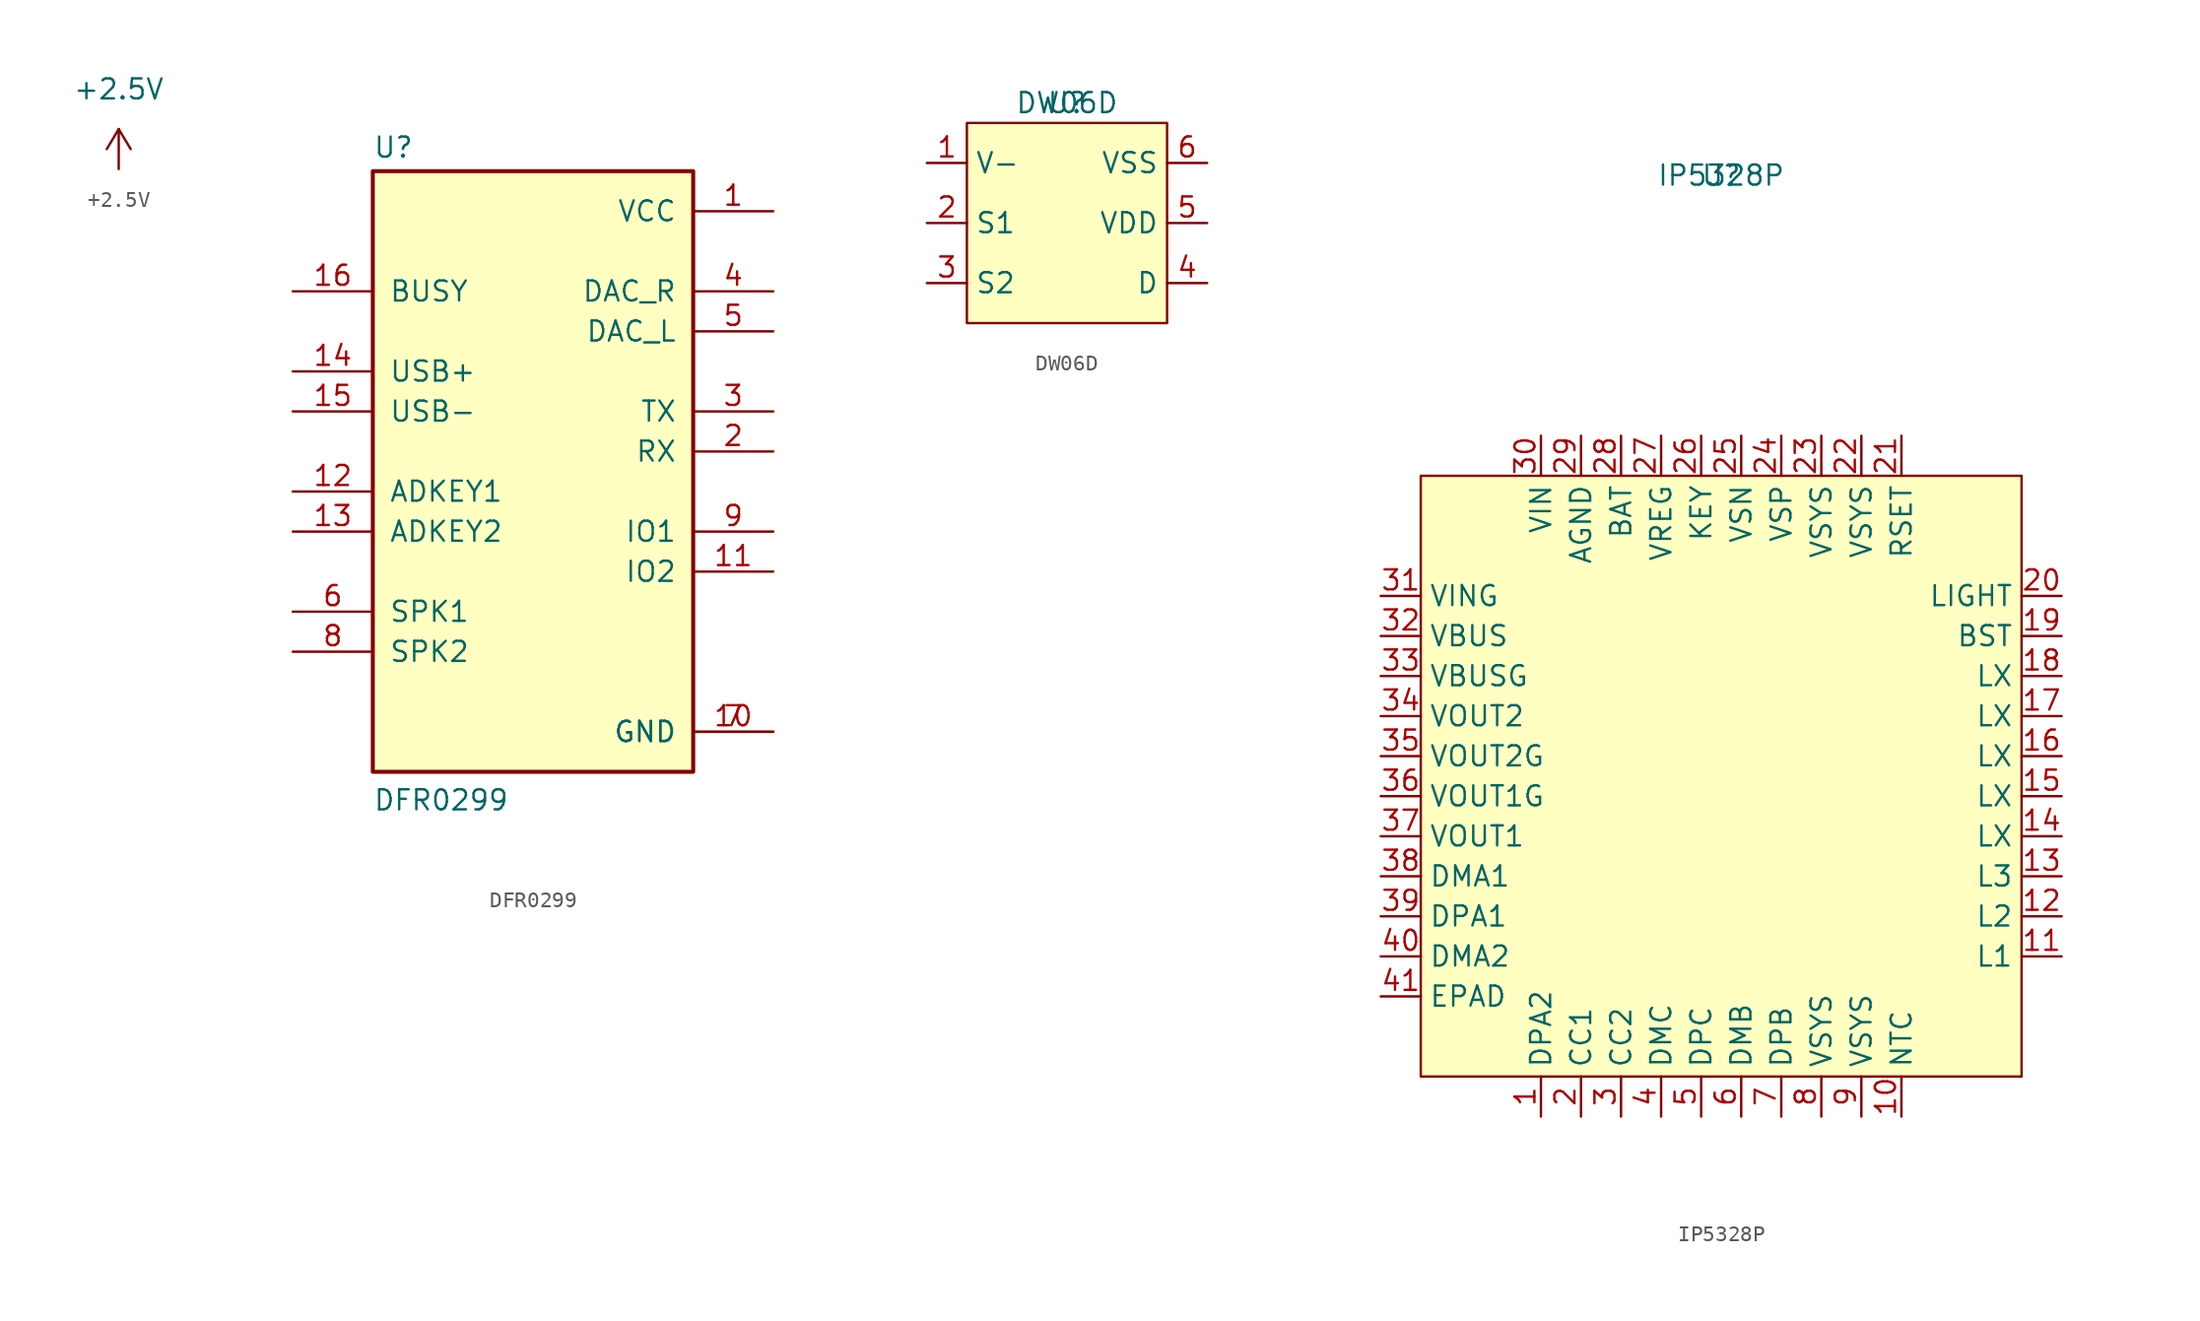
<source format=kicad_sym>
(kicad_symbol_lib
  (version 20211014)
  (generator kicad_symbol_editor)
  (symbol "+2.5V"
    (power)
    (pin_names
      (offset 0))
    (property "Reference" "#PWR?"
      (at 0 -3.81 0)
      (effects (font (size 1.27 1.27)) hide))
    (property "Value" "+2.5V"
      (at 0 5.08 0)
      (effects (font (size 1.27 1.27))))
    (symbol "+2.5V_0_1"
      (polyline (pts (xy -0.762 1.27) (xy 0 2.54)) (stroke (width 0) (type default) (color 0 0 0 0)) (fill (type none)))
      (polyline (pts (xy 0 0) (xy 0 2.54)) (stroke (width 0) (type default) (color 0 0 0 0)) (fill (type none)))
      (polyline (pts (xy 0 2.54) (xy 0.762 1.27)) (stroke (width 0) (type default) (color 0 0 0 0)) (fill (type none))))
    (symbol "+2.5V_1_1"
      (pin power_in line (at 0 0 90) (length 0) hide (name "+2V5" (effects (font (size 1.27 1.27)))) (number "1" (effects (font (size 1.27 1.27)))))))
  (symbol "DFR0299"
    (pin_names
      (offset 1.016))
    (property "Reference" "U"
      (at -10.16 18.542 0)
      (effects (font (size 1.27 1.27)) (justify left bottom)))
    (property "Value" "DFR0299"
      (at -10.16 -22.86 0)
      (effects (font (size 1.27 1.27)) (justify left bottom)))
    (property "ki_locked" ""
      (at 0 0 0)
      (effects (font (size 1.27 1.27))))
    (symbol "DFR0299_0_0"
      (rectangle (start -10.16 -20.32) (end 10.16 17.78) (stroke (width 0.254) (type default) (color 0 0 0 0)) (fill (type background)))
      (pin power_in line (at 15.24 15.24 180) (length 5.08) (name "VCC" (effects (font (size 1.27 1.27)))) (number "1" (effects (font (size 1.27 1.27)))))
      (pin power_in line (at 15.24 -17.78 180) (length 5.08) (name "GND" (effects (font (size 1.27 1.27)))) (number "10" (effects (font (size 1.27 1.27)))))
      (pin bidirectional line (at 15.24 -7.62 180) (length 5.08) (name "IO2" (effects (font (size 1.27 1.27)))) (number "11" (effects (font (size 1.27 1.27)))))
      (pin input line (at -15.24 -2.54 0) (length 5.08) (name "ADKEY1" (effects (font (size 1.27 1.27)))) (number "12" (effects (font (size 1.27 1.27)))))
      (pin input line (at -15.24 -5.08 0) (length 5.08) (name "ADKEY2" (effects (font (size 1.27 1.27)))) (number "13" (effects (font (size 1.27 1.27)))))
      (pin input line (at -15.24 5.08 0) (length 5.08) (name "USB+" (effects (font (size 1.27 1.27)))) (number "14" (effects (font (size 1.27 1.27)))))
      (pin input line (at -15.24 2.54 0) (length 5.08) (name "USB-" (effects (font (size 1.27 1.27)))) (number "15" (effects (font (size 1.27 1.27)))))
      (pin input line (at -15.24 10.16 0) (length 5.08) (name "BUSY" (effects (font (size 1.27 1.27)))) (number "16" (effects (font (size 1.27 1.27)))))
      (pin input line (at 15.24 0 180) (length 5.08) (name "RX" (effects (font (size 1.27 1.27)))) (number "2" (effects (font (size 1.27 1.27)))))
      (pin output line (at 15.24 2.54 180) (length 5.08) (name "TX" (effects (font (size 1.27 1.27)))) (number "3" (effects (font (size 1.27 1.27)))))
      (pin output line (at 15.24 10.16 180) (length 5.08) (name "DAC_R" (effects (font (size 1.27 1.27)))) (number "4" (effects (font (size 1.27 1.27)))))
      (pin output line (at 15.24 7.62 180) (length 5.08) (name "DAC_L" (effects (font (size 1.27 1.27)))) (number "5" (effects (font (size 1.27 1.27)))))
      (pin passive line (at -15.24 -10.16 0) (length 5.08) (name "SPK1" (effects (font (size 1.27 1.27)))) (number "6" (effects (font (size 1.27 1.27)))))
      (pin power_in line (at 15.24 -17.78 180) (length 5.08) (name "GND" (effects (font (size 1.27 1.27)))) (number "7" (effects (font (size 1.27 1.27)))))
      (pin passive line (at -15.24 -12.7 0) (length 5.08) (name "SPK2" (effects (font (size 1.27 1.27)))) (number "8" (effects (font (size 1.27 1.27)))))
      (pin bidirectional line (at 15.24 -5.08 180) (length 5.08) (name "IO1" (effects (font (size 1.27 1.27)))) (number "9" (effects (font (size 1.27 1.27)))))))
  (symbol "DW06D"
    (property "Reference" "U"
      (at 0 7.62 0)
      (effects (font (size 1.27 1.27))))
    (property "Value" "DW06D"
      (at 0 7.62 0)
      (effects (font (size 1.27 1.27))))
    (symbol "DW06D_0_1"
      (rectangle (start -6.35 6.35) (end 6.35 -6.35) (stroke (width 0.152) (type default) (color 0 0 0 0)) (fill (type background))))
    (symbol "DW06D_1_1"
      (pin input line (at -8.89 3.81 0) (length 2.54) (name "V-" (effects (font (size 1.27 1.27)))) (number "1" (effects (font (size 1.27 1.27)))))
      (pin power_in line (at -8.89 0 0) (length 2.54) (name "S1" (effects (font (size 1.27 1.27)))) (number "2" (effects (font (size 1.27 1.27)))))
      (pin power_in line (at -8.89 -3.81 0) (length 2.54) (name "S2" (effects (font (size 1.27 1.27)))) (number "3" (effects (font (size 1.27 1.27)))))
      (pin input line (at 8.89 -3.81 180) (length 2.54) (name "D" (effects (font (size 1.27 1.27)))) (number "4" (effects (font (size 1.27 1.27)))))
      (pin power_in line (at 8.89 0 180) (length 2.54) (name "VDD" (effects (font (size 1.27 1.27)))) (number "5" (effects (font (size 1.27 1.27)))))
      (pin power_in line (at 8.89 3.81 180) (length 2.54) (name "VSS" (effects (font (size 1.27 1.27)))) (number "6" (effects (font (size 1.27 1.27)))))))
  (symbol "IP5328P"
    (property "Reference" "U"
      (at 0 38.1 0)
      (effects (font (size 1.27 1.27))))
    (property "Value" "IP5328P"
      (at 0 38.1 0)
      (effects (font (size 1.27 1.27))))
    (symbol "IP5328P_0_0"
      (pin input line (at 11.43 -21.59 90) (length 2.54) (name "NTC" (effects (font (size 1.27 1.27)))) (number "10" (effects (font (size 1.27 1.27)))))
      (pin input line (at -8.89 -21.59 90) (length 2.54) (name "CC1" (effects (font (size 1.27 1.27)))) (number "2" (effects (font (size 1.27 1.27)))))
      (pin input line (at -6.35 -21.59 90) (length 2.54) (name "CC2" (effects (font (size 1.27 1.27)))) (number "3" (effects (font (size 1.27 1.27)))))
      (pin input line (at -21.59 8.89 0) (length 2.54) (name "VBUS" (effects (font (size 1.27 1.27)))) (number "32" (effects (font (size 1.27 1.27)))))
      (pin input line (at -21.59 6.35 0) (length 2.54) (name "VBUSG" (effects (font (size 1.27 1.27)))) (number "33" (effects (font (size 1.27 1.27)))))
      (pin input line (at -21.59 3.81 0) (length 2.54) (name "VOUT2" (effects (font (size 1.27 1.27)))) (number "34" (effects (font (size 1.27 1.27)))))
      (pin output line (at -21.59 1.27 0) (length 2.54) (name "VOUT2G" (effects (font (size 1.27 1.27)))) (number "35" (effects (font (size 1.27 1.27)))))
      (pin output line (at -21.59 -1.27 0) (length 2.54) (name "VOUT1G" (effects (font (size 1.27 1.27)))) (number "36" (effects (font (size 1.27 1.27)))))
      (pin input line (at -21.59 -3.81 0) (length 2.54) (name "VOUT1" (effects (font (size 1.27 1.27)))) (number "37" (effects (font (size 1.27 1.27)))))
      (pin input line (at -21.59 -6.35 0) (length 2.54) (name "DMA1" (effects (font (size 1.27 1.27)))) (number "38" (effects (font (size 1.27 1.27)))))
      (pin input line (at -21.59 -8.89 0) (length 2.54) (name "DPA1" (effects (font (size 1.27 1.27)))) (number "39" (effects (font (size 1.27 1.27)))))
      (pin input line (at -3.81 -21.59 90) (length 2.54) (name "DMC" (effects (font (size 1.27 1.27)))) (number "4" (effects (font (size 1.27 1.27)))))
      (pin input line (at -21.59 -11.43 0) (length 2.54) (name "DMA2" (effects (font (size 1.27 1.27)))) (number "40" (effects (font (size 1.27 1.27)))))
      (pin input line (at -1.27 -21.59 90) (length 2.54) (name "DPC" (effects (font (size 1.27 1.27)))) (number "5" (effects (font (size 1.27 1.27)))))
      (pin input line (at 1.27 -21.59 90) (length 2.54) (name "DMB" (effects (font (size 1.27 1.27)))) (number "6" (effects (font (size 1.27 1.27)))))
      (pin input line (at 3.81 -21.59 90) (length 2.54) (name "DPB" (effects (font (size 1.27 1.27)))) (number "7" (effects (font (size 1.27 1.27)))))
      (pin input line (at 6.35 -21.59 90) (length 2.54) (name "VSYS" (effects (font (size 1.27 1.27)))) (number "8" (effects (font (size 1.27 1.27)))))
      (pin input line (at 8.89 -21.59 90) (length 2.54) (name "VSYS" (effects (font (size 1.27 1.27)))) (number "9" (effects (font (size 1.27 1.27))))))
    (symbol "IP5328P_0_1"
      (rectangle (start -19.05 19.05) (end 19.05 -19.05) (stroke (width 0.152) (type default) (color 0 0 0 0)) (fill (type background))))
    (symbol "IP5328P_1_1"
      (pin input line (at -11.43 -21.59 90) (length 2.54) (name "DPA2" (effects (font (size 1.27 1.27)))) (number "1" (effects (font (size 1.27 1.27)))))
      (pin input line (at 21.59 -11.43 180) (length 2.54) (name "L1" (effects (font (size 1.27 1.27)))) (number "11" (effects (font (size 1.27 1.27)))))
      (pin input line (at 21.59 -8.89 180) (length 2.54) (name "L2" (effects (font (size 1.27 1.27)))) (number "12" (effects (font (size 1.27 1.27)))))
      (pin input line (at 21.59 -6.35 180) (length 2.54) (name "L3" (effects (font (size 1.27 1.27)))) (number "13" (effects (font (size 1.27 1.27)))))
      (pin input line (at 21.59 -3.81 180) (length 2.54) (name "LX" (effects (font (size 1.27 1.27)))) (number "14" (effects (font (size 1.27 1.27)))))
      (pin input line (at 21.59 -1.27 180) (length 2.54) (name "LX" (effects (font (size 1.27 1.27)))) (number "15" (effects (font (size 1.27 1.27)))))
      (pin input line (at 21.59 1.27 180) (length 2.54) (name "LX" (effects (font (size 1.27 1.27)))) (number "16" (effects (font (size 1.27 1.27)))))
      (pin input line (at 21.59 3.81 180) (length 2.54) (name "LX" (effects (font (size 1.27 1.27)))) (number "17" (effects (font (size 1.27 1.27)))))
      (pin input line (at 21.59 6.35 180) (length 2.54) (name "LX" (effects (font (size 1.27 1.27)))) (number "18" (effects (font (size 1.27 1.27)))))
      (pin input line (at 21.59 8.89 180) (length 2.54) (name "BST" (effects (font (size 1.27 1.27)))) (number "19" (effects (font (size 1.27 1.27)))))
      (pin input line (at 21.59 11.43 180) (length 2.54) (name "LIGHT" (effects (font (size 1.27 1.27)))) (number "20" (effects (font (size 1.27 1.27)))))
      (pin input line (at 11.43 21.59 270) (length 2.54) (name "RSET" (effects (font (size 1.27 1.27)))) (number "21" (effects (font (size 1.27 1.27)))))
      (pin input line (at 8.89 21.59 270) (length 2.54) (name "VSYS" (effects (font (size 1.27 1.27)))) (number "22" (effects (font (size 1.27 1.27)))))
      (pin input line (at 6.35 21.59 270) (length 2.54) (name "VSYS" (effects (font (size 1.27 1.27)))) (number "23" (effects (font (size 1.27 1.27)))))
      (pin input line (at 3.81 21.59 270) (length 2.54) (name "VSP" (effects (font (size 1.27 1.27)))) (number "24" (effects (font (size 1.27 1.27)))))
      (pin input line (at 1.27 21.59 270) (length 2.54) (name "VSN" (effects (font (size 1.27 1.27)))) (number "25" (effects (font (size 1.27 1.27)))))
      (pin input line (at -1.27 21.59 270) (length 2.54) (name "KEY" (effects (font (size 1.27 1.27)))) (number "26" (effects (font (size 1.27 1.27)))))
      (pin input line (at -3.81 21.59 270) (length 2.54) (name "VREG" (effects (font (size 1.27 1.27)))) (number "27" (effects (font (size 1.27 1.27)))))
      (pin power_in line (at -6.35 21.59 270) (length 2.54) (name "BAT" (effects (font (size 1.27 1.27)))) (number "28" (effects (font (size 1.27 1.27)))))
      (pin input line (at -8.89 21.59 270) (length 2.54) (name "AGND" (effects (font (size 1.27 1.27)))) (number "29" (effects (font (size 1.27 1.27)))))
      (pin power_in line (at -11.43 21.59 270) (length 2.54) (name "VIN" (effects (font (size 1.27 1.27)))) (number "30" (effects (font (size 1.27 1.27)))))
      (pin input line (at -21.59 11.43 0) (length 2.54) (name "VING" (effects (font (size 1.27 1.27)))) (number "31" (effects (font (size 1.27 1.27)))))
      (pin input line (at -21.59 -13.97 0) (length 2.54) (name "EPAD" (effects (font (size 1.27 1.27)))) (number "41" (effects (font (size 1.27 1.27))))))))
</source>
